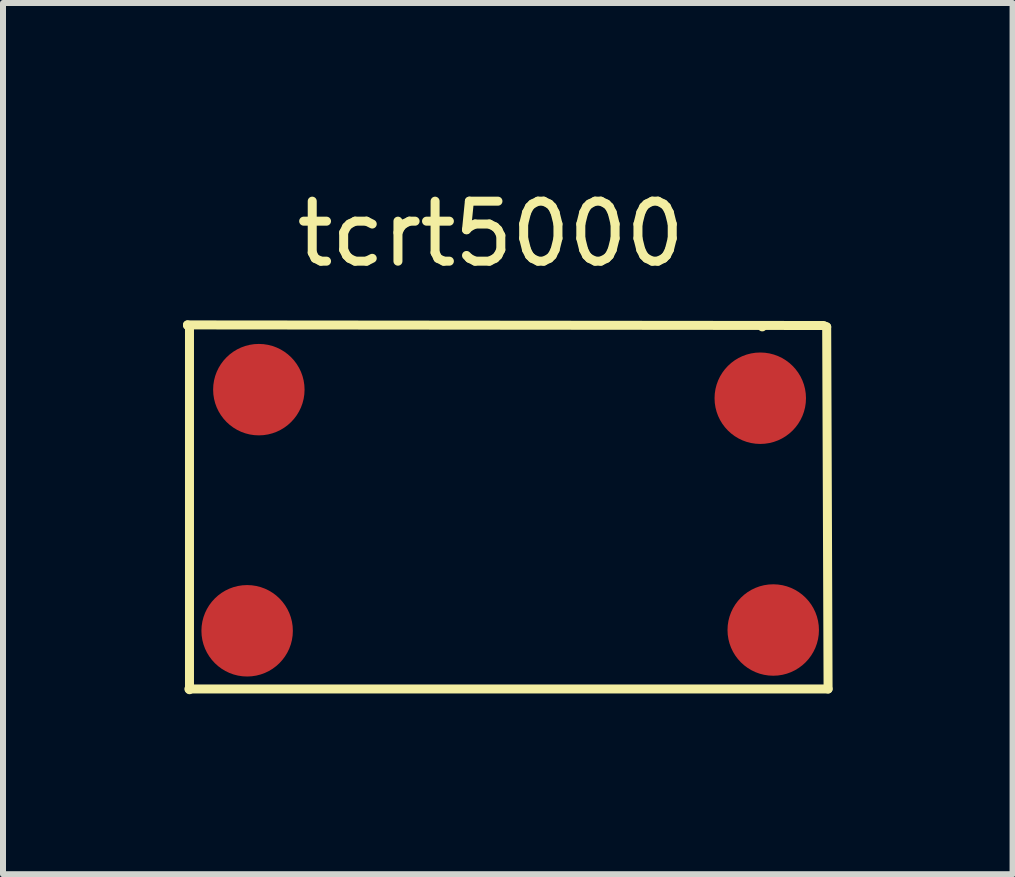
<source format=kicad_pcb>
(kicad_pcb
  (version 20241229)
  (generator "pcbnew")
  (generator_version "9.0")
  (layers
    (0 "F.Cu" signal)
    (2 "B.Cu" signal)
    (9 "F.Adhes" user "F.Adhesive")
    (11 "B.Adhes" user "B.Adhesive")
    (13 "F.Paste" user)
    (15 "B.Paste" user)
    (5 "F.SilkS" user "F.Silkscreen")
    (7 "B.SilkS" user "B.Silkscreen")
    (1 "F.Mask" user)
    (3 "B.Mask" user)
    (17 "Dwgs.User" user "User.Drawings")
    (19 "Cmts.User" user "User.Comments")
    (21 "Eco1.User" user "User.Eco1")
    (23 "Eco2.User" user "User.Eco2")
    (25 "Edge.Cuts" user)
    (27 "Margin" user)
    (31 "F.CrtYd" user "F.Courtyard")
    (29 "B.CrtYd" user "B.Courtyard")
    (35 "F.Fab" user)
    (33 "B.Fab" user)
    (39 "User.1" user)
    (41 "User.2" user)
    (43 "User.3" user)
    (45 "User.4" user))
  (footprint "tcrt5000"
    (layer "F.Cu")
    (at 5.13 0.348)
    (property "Reference" "tcrt5000" (at 0 0.5 0) (layer "F.SilkS") (effects (font (size 1 1) (thickness 0.15))))
    (attr through_hole)
    (fp_line (start -5.055 2.017) (end 5.547 2.027) (stroke (width 0.15) (type solid)) (layer "F.SilkS"))
    (fp_line (start -5.055 2.027) (end -5.055 2.017) (stroke (width 0.15) (type solid)) (layer "F.SilkS"))
    (fp_line (start -5.032 8.085) (end 5.621 8.085) (stroke (width 0.15) (type solid)) (layer "F.SilkS"))
    (fp_line (start -5.022 2.027) (end -5.022 8.097) (stroke (width 0.15) (type solid)) (layer "F.SilkS"))
    (fp_line (start 4.547 2.027) (end 4.524 2.05) (stroke (width 0.15) (type solid)) (layer "F.SilkS"))
    (fp_line (start 5.598 2.05) (end 5.575 2.04) (stroke (width 0.15) (type solid)) (layer "F.SilkS"))
    (fp_line (start 5.621 8.085) (end 5.598 2.05) (stroke (width 0.15) (type solid)) (layer "F.SilkS"))
    (pad "2" smd circle (at 4.491 3.239) (size 1.524 1.524) (layers "F.Cu" "F.Mask" "F.Paste"))
    (pad "3" smd circle (at 4.707 7.102) (size 1.524 1.524) (layers "F.Cu" "F.Mask" "F.Paste"))
    (pad "4" smd circle (at -3.866 3.096) (size 1.524 1.524) (layers "F.Cu" "F.Mask" "F.Paste"))
    (pad "5" smd circle (at -4.061 7.115) (size 1.524 1.524) (layers "F.Cu" "F.Mask" "F.Paste")))
  (gr_rect
    (start -3 -3)
    (end 13.826 11.52)
    (stroke (width 0.1) (type default))
    (fill no)
    (layer "Edge.Cuts")))
</source>
